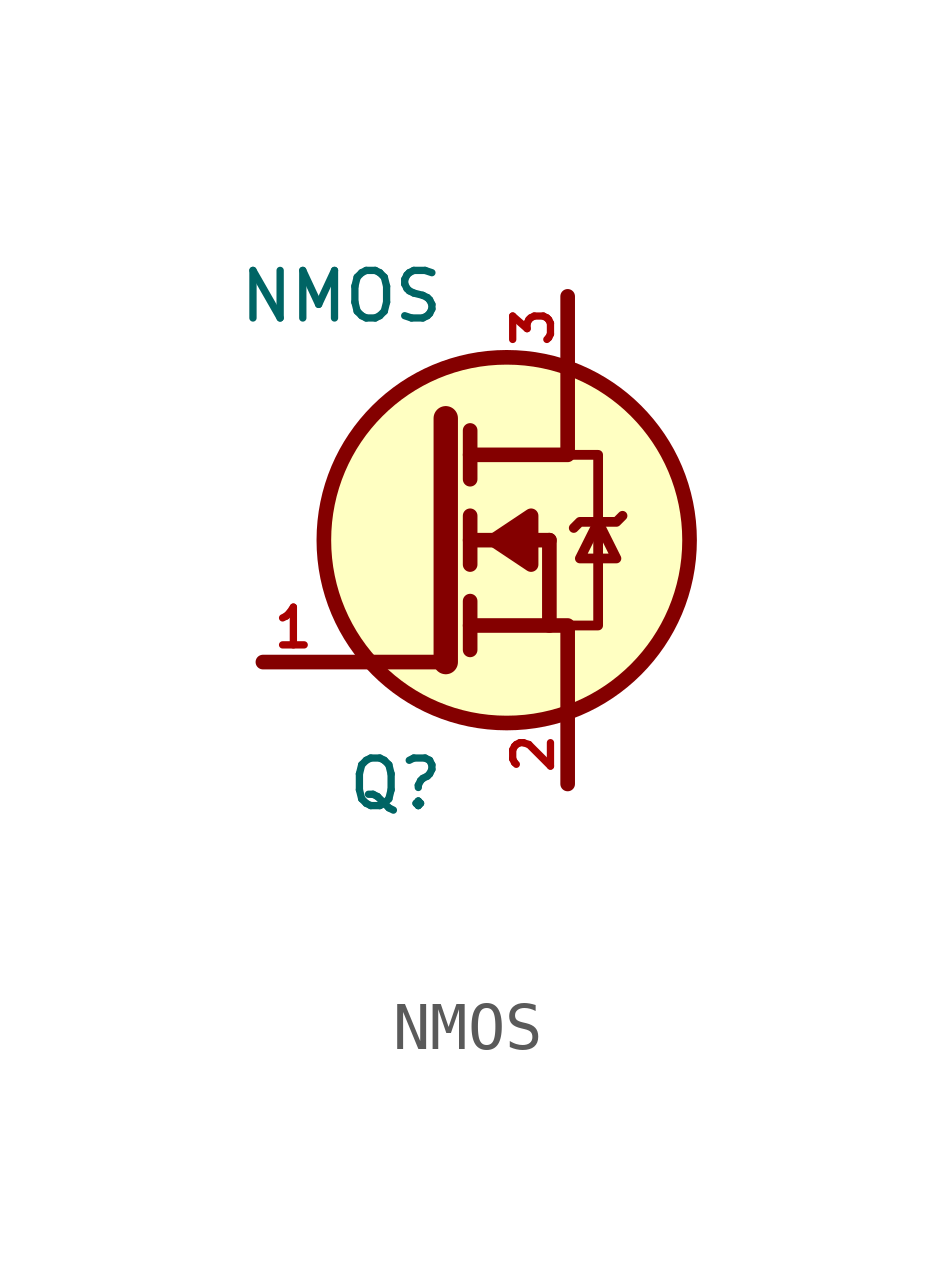
<source format=kicad_sym>
(kicad_symbol_lib
  (version 20220914)
  (generator kicad_symbol_editor)
  (symbol "NMOS"
    (pin_names
      (offset 1.016) hide)
    (property "Reference" "Q"
      (at 0 -5.08 0)
      (effects (font (size 0.991 0.991)) (justify right)))
    (property "Value" "NMOS"
      (at 0 5.08 0)
      (effects (font (size 0.991 0.991)) (justify right)))
    (property "Footprint" ""
      (at -2.54 -7.62 0)
      (effects (font (size 1.524 1.524))))
    (property "Datasheet" ""
      (at 0 -5.08 0)
      (effects (font (size 1.524 1.524))))
    (symbol "NMOS_0_0"
      (polyline (pts (xy 0 -2.54) (xy -3.81 -2.54)) (stroke (width 0.305) (type default)) (fill (type none)))
      (polyline (pts (xy 0 2.54) (xy 0 -2.54)) (stroke (width 0.508) (type default)) (fill (type none)))
      (polyline (pts (xy 0.508 -1.27) (xy 0.508 -2.286)) (stroke (width 0.305) (type default)) (fill (type none)))
      (polyline (pts (xy 0.508 0.508) (xy 0.508 -0.508)) (stroke (width 0.305) (type default)) (fill (type none)))
      (polyline (pts (xy 0.508 2.286) (xy 0.508 1.27)) (stroke (width 0.305) (type default)) (fill (type none)))
      (polyline (pts (xy 2.159 -1.778) (xy 2.159 0)) (stroke (width 0.305) (type default)) (fill (type none)))
      (polyline (pts (xy 2.159 0) (xy 0.508 0)) (stroke (width 0.305) (type default)) (fill (type none)))
      (polyline (pts (xy 0.508 -1.778) (xy 2.54 -1.778) (xy 2.54 -5.08)) (stroke (width 0.305) (type default)) (fill (type none)))
      (polyline (pts (xy 0.508 1.778) (xy 2.54 1.778) (xy 2.54 5.08)) (stroke (width 0.305) (type default)) (fill (type none)))
      (polyline (pts (xy 1.016 0) (xy 1.778 0.508) (xy 1.778 -0.508) (xy 1.016 0)) (stroke (width 0.305) (type default)) (fill (type outline)))
      (polyline (pts (xy 2.54 -1.778) (xy 3.175 -1.778) (xy 3.175 1.778) (xy 2.54 1.778)) (stroke (width 0.203) (type default)) (fill (type none)))
      (polyline (pts (xy 3.175 0.381) (xy 2.794 -0.381) (xy 3.556 -0.381) (xy 3.175 0.381)) (stroke (width 0.203) (type default)) (fill (type none)))
      (polyline (pts (xy 3.683 0.508) (xy 3.556 0.381) (xy 2.794 0.381) (xy 2.667 0.254)) (stroke (width 0.203) (type default)) (fill (type none)))
      (circle (center 1.27 0) (radius 3.81) (stroke (width 0.305) (type default)) (fill (type background)))
      (pin input line (at -3.81 -2.54 0) (length 1.27) (name "G" (effects (font (size 0.787 0.787)))) (number "1" (effects (font (size 0.787 0.787))))))
    (symbol "NMOS_1_0"
      (pin passive line (at 2.54 -5.08 90) (length 1.27) (name "S" (effects (font (size 0.787 0.787)))) (number "2" (effects (font (size 0.787 0.787)))))
      (pin passive line (at 2.54 5.08 270) (length 1.27) (name "D" (effects (font (size 0.787 0.787)))) (number "3" (effects (font (size 0.787 0.787))))))))
</source>
